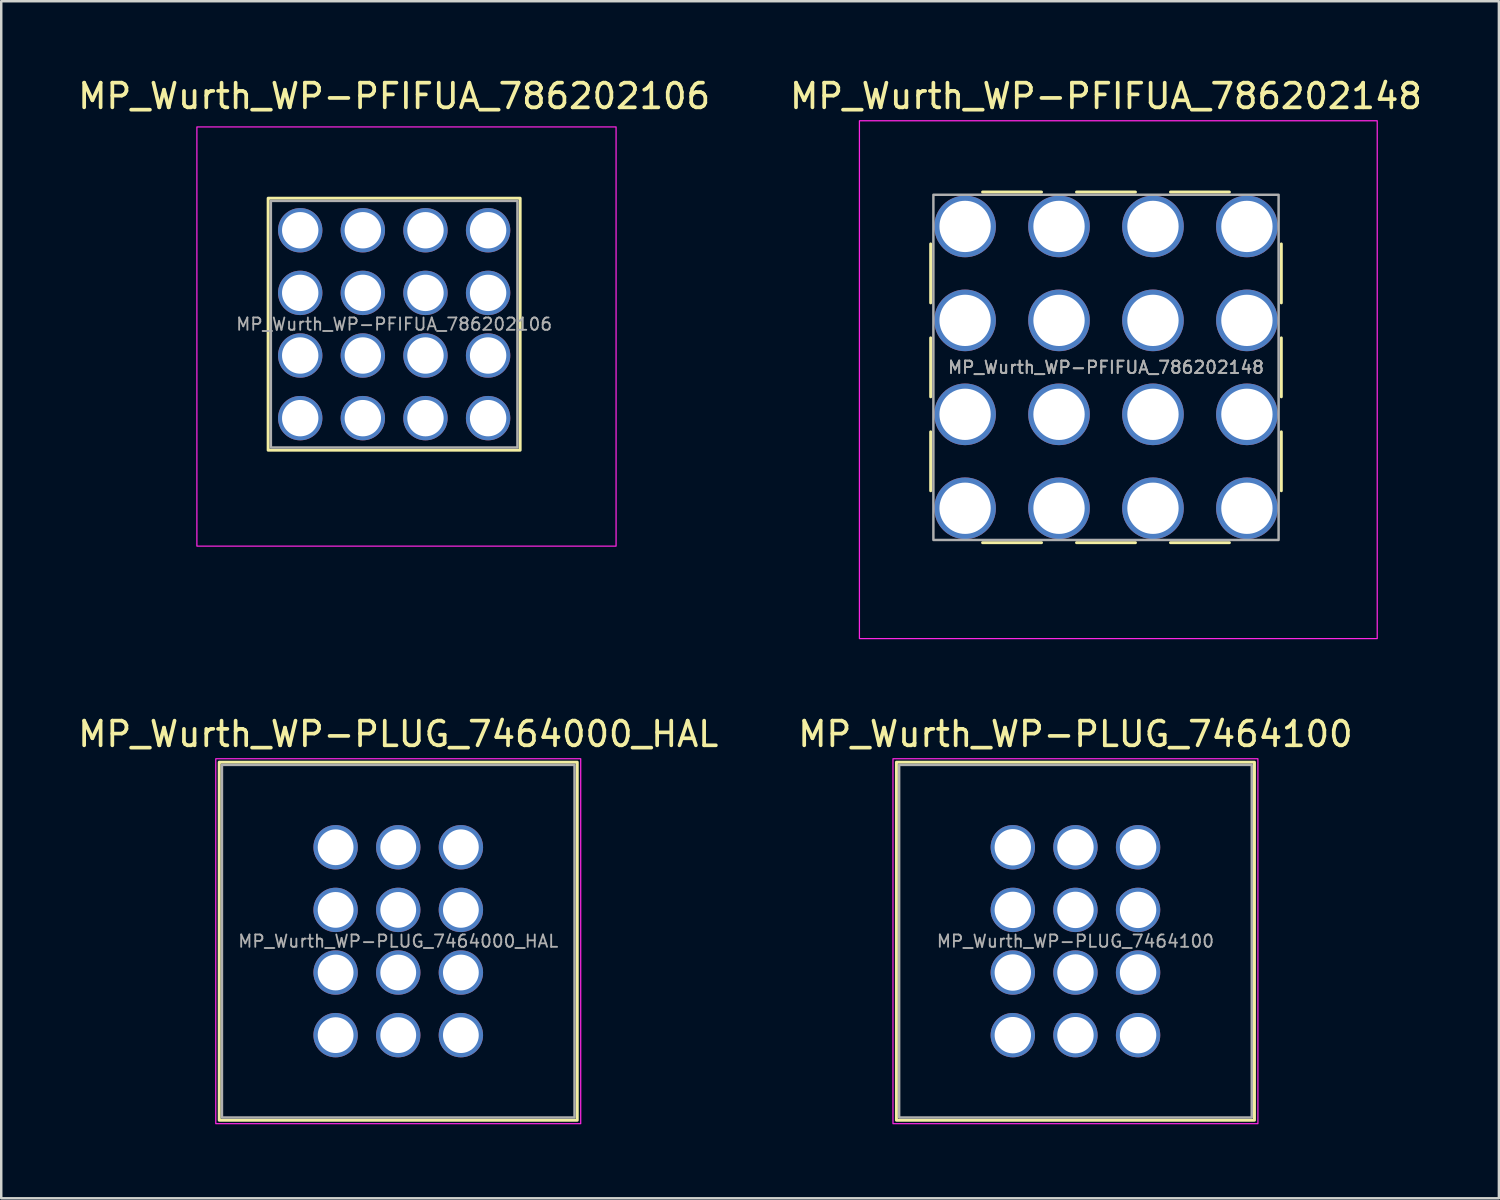
<source format=kicad_pcb>
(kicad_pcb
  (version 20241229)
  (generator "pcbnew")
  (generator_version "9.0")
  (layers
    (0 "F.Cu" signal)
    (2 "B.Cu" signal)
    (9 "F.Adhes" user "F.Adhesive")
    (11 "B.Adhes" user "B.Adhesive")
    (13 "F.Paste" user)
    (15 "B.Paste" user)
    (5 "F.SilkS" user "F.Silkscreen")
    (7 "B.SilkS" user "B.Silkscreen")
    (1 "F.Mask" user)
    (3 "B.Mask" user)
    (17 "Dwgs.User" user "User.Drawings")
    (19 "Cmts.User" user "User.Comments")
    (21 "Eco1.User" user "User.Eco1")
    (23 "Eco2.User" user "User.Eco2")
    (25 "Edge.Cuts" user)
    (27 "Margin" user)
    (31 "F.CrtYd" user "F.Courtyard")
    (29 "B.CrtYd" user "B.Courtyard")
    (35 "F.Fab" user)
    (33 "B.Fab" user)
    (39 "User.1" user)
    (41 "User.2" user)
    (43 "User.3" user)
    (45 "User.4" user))
  (footprint "MP_Wurth_WP-PLUG_7464000_HAL"
    (layer "F.Cu")
    (at 13.101 35.121)
    (property "Reference" "MP_Wurth_WP-PLUG_7464000_HAL" (at 0 -8.4 0) (unlocked yes) (layer "F.SilkS") (effects (font (size 1 1) (thickness 0.15))))
    (attr through_hole)
    (fp_rect (start -7.26 -7.26) (end 7.26 7.26) (stroke (width 0.12) (type solid)) (fill no) (layer "F.SilkS"))
    (fp_rect (start -7.4 -7.4) (end 7.4 7.4) (stroke (width 0.05) (type solid)) (fill no) (layer "F.CrtYd"))
    (fp_rect (start -7.15 -7.15) (end 7.15 7.15) (stroke (width 0.1) (type solid)) (fill no) (layer "F.Fab"))
    (fp_text user "${REFERENCE}" (at 0 0 0) (unlocked yes) (layer "F.Fab") (effects (font (size 0.5 0.5) (thickness 0.075))))
    (pad "1" thru_hole circle (at -2.54 -3.81) (size 1.8 1.8) (drill 1.45) (layers "*.Cu" "*.Mask"))
    (pad "1" thru_hole circle (at -2.54 -1.27) (size 1.8 1.8) (drill 1.45) (layers "*.Cu" "*.Mask"))
    (pad "1" thru_hole circle (at -2.54 1.27) (size 1.8 1.8) (drill 1.45) (layers "*.Cu" "*.Mask"))
    (pad "1" thru_hole circle (at -2.54 3.81) (size 1.8 1.8) (drill 1.45) (layers "*.Cu" "*.Mask"))
    (pad "1" thru_hole circle (at 0 -3.81) (size 1.8 1.8) (drill 1.45) (layers "*.Cu" "*.Mask"))
    (pad "1" thru_hole circle (at 0 -1.27) (size 1.8 1.8) (drill 1.45) (layers "*.Cu" "*.Mask"))
    (pad "1" thru_hole circle (at 0 1.27) (size 1.8 1.8) (drill 1.45) (layers "*.Cu" "*.Mask"))
    (pad "1" thru_hole circle (at 0 3.81) (size 1.8 1.8) (drill 1.45) (layers "*.Cu" "*.Mask"))
    (pad "1" thru_hole circle (at 2.54 -3.81) (size 1.8 1.8) (drill 1.45) (layers "*.Cu" "*.Mask"))
    (pad "1" thru_hole circle (at 2.54 -1.27) (size 1.8 1.8) (drill 1.45) (layers "*.Cu" "*.Mask"))
    (pad "1" thru_hole circle (at 2.54 1.27) (size 1.8 1.8) (drill 1.45) (layers "*.Cu" "*.Mask"))
    (pad "1" thru_hole circle (at 2.54 3.81) (size 1.8 1.8) (drill 1.45) (layers "*.Cu" "*.Mask")))
  (footprint "MP_Wurth_WP-PFIFUA_786202106"
    (layer "F.Cu")
    (at 12.935 10.098)
    (property "Reference" "MP_Wurth_WP-PFIFUA_786202106" (at 0 -9.25 0) (unlocked yes) (layer "F.SilkS") (effects (font (size 1 1) (thickness 0.15))))
    (attr through_hole)
    (fp_rect (start -5.11 -5.11) (end 5.11 5.11) (stroke (width 0.12) (type default)) (fill no) (layer "F.SilkS"))
    (fp_rect (start -8 -8) (end 9 9) (stroke (width 0.05) (type solid)) (fill no) (layer "F.CrtYd"))
    (fp_rect (start -5 -5) (end 5 5) (stroke (width 0.1) (type solid)) (fill no) (layer "F.Fab"))
    (fp_text user "${REFERENCE}" (at 0 0 0) (unlocked yes) (layer "F.Fab") (effects (font (size 0.5 0.5) (thickness 0.075))))
    (pad "1" thru_hole circle (at -3.81 -3.81) (size 1.8 1.8) (drill 1.475) (layers "*.Cu" "*.Mask"))
    (pad "1" thru_hole circle (at -3.81 -1.27) (size 1.8 1.8) (drill 1.475) (layers "*.Cu" "*.Mask"))
    (pad "1" thru_hole circle (at -3.81 1.27) (size 1.8 1.8) (drill 1.475) (layers "*.Cu" "*.Mask"))
    (pad "1" thru_hole circle (at -3.81 3.81) (size 1.8 1.8) (drill 1.475) (layers "*.Cu" "*.Mask"))
    (pad "1" thru_hole circle (at -1.27 -3.81) (size 1.8 1.8) (drill 1.475) (layers "*.Cu" "*.Mask"))
    (pad "1" thru_hole circle (at -1.27 -1.27) (size 1.8 1.8) (drill 1.475) (layers "*.Cu" "*.Mask"))
    (pad "1" thru_hole circle (at -1.27 1.27) (size 1.8 1.8) (drill 1.475) (layers "*.Cu" "*.Mask"))
    (pad "1" thru_hole circle (at -1.27 3.81) (size 1.8 1.8) (drill 1.475) (layers "*.Cu" "*.Mask"))
    (pad "1" thru_hole circle (at 1.27 -3.81) (size 1.8 1.8) (drill 1.475) (layers "*.Cu" "*.Mask"))
    (pad "1" thru_hole circle (at 1.27 -1.27) (size 1.8 1.8) (drill 1.475) (layers "*.Cu" "*.Mask"))
    (pad "1" thru_hole circle (at 1.27 1.27) (size 1.8 1.8) (drill 1.475) (layers "*.Cu" "*.Mask"))
    (pad "1" thru_hole circle (at 1.27 3.81) (size 1.8 1.8) (drill 1.475) (layers "*.Cu" "*.Mask"))
    (pad "1" thru_hole circle (at 3.81 -3.81) (size 1.8 1.8) (drill 1.475) (layers "*.Cu" "*.Mask"))
    (pad "1" thru_hole circle (at 3.81 -1.27) (size 1.8 1.8) (drill 1.475) (layers "*.Cu" "*.Mask"))
    (pad "1" thru_hole circle (at 3.81 1.27) (size 1.8 1.8) (drill 1.475) (layers "*.Cu" "*.Mask"))
    (pad "1" thru_hole circle (at 3.81 3.81) (size 1.8 1.8) (drill 1.475) (layers "*.Cu" "*.Mask")))
  (footprint "MP_Wurth_WP-PFIFUA_786202148"
    (layer "F.Cu")
    (at 41.804 11.848)
    (property "Reference" "MP_Wurth_WP-PFIFUA_786202148" (at 0 -11 0) (unlocked yes) (layer "F.SilkS") (effects (font (size 1 1) (thickness 0.15))))
    (attr through_hole)
    (fp_line (start -7.11 -5.005) (end -7.11 -2.615) (stroke (width 0.12) (type default)) (layer "F.SilkS"))
    (fp_line (start -7.11 -1.195) (end -7.11 1.195) (stroke (width 0.12) (type default)) (layer "F.SilkS"))
    (fp_line (start -7.11 2.615) (end -7.11 5.005) (stroke (width 0.12) (type default)) (layer "F.SilkS"))
    (fp_line (start -5.005 -7.11) (end -2.615 -7.11) (stroke (width 0.12) (type default)) (layer "F.SilkS"))
    (fp_line (start -5.005 7.11) (end -2.615 7.11) (stroke (width 0.12) (type default)) (layer "F.SilkS"))
    (fp_line (start -1.195 -7.11) (end 1.195 -7.11) (stroke (width 0.12) (type default)) (layer "F.SilkS"))
    (fp_line (start -1.195 7.11) (end 1.195 7.11) (stroke (width 0.12) (type default)) (layer "F.SilkS"))
    (fp_line (start 2.615 -7.11) (end 5.005 -7.11) (stroke (width 0.12) (type default)) (layer "F.SilkS"))
    (fp_line (start 2.615 7.11) (end 5.005 7.11) (stroke (width 0.12) (type default)) (layer "F.SilkS"))
    (fp_line (start 7.11 -5.005) (end 7.11 -2.615) (stroke (width 0.12) (type default)) (layer "F.SilkS"))
    (fp_line (start 7.11 -1.195) (end 7.11 1.195) (stroke (width 0.12) (type default)) (layer "F.SilkS"))
    (fp_line (start 7.11 2.615) (end 7.11 5.005) (stroke (width 0.12) (type default)) (layer "F.SilkS"))
    (fp_rect (start -10 -10) (end 11 11) (stroke (width 0.05) (type solid)) (fill no) (layer "F.CrtYd"))
    (fp_rect (start -7 -7) (end 7 7) (stroke (width 0.1) (type solid)) (fill no) (layer "F.Fab"))
    (fp_text user "${REFERENCE}" (at 0 0 0) (unlocked yes) (layer "F.Fab") (effects (font (size 0.5 0.5) (thickness 0.075))))
    (fp_text user "${REFERENCE}" (at 0 0 0) (unlocked yes) (layer "F.Fab") (effects (font (size 0.5 0.5) (thickness 0.075))))
    (pad "1" thru_hole circle (at -5.715 -5.715) (size 2.5 2.5) (drill 2.08) (layers "*.Cu" "*.Mask"))
    (pad "1" thru_hole circle (at -5.715 -1.905) (size 2.5 2.5) (drill 2.08) (layers "*.Cu" "*.Mask"))
    (pad "1" thru_hole circle (at -5.715 1.905) (size 2.5 2.5) (drill 2.08) (layers "*.Cu" "*.Mask"))
    (pad "1" thru_hole circle (at -5.715 5.715) (size 2.5 2.5) (drill 2.08) (layers "*.Cu" "*.Mask"))
    (pad "1" thru_hole circle (at -1.905 -5.715) (size 2.5 2.5) (drill 2.08) (layers "*.Cu" "*.Mask"))
    (pad "1" thru_hole circle (at -1.905 -1.905) (size 2.5 2.5) (drill 2.08) (layers "*.Cu" "*.Mask"))
    (pad "1" thru_hole circle (at -1.905 1.905) (size 2.5 2.5) (drill 2.08) (layers "*.Cu" "*.Mask"))
    (pad "1" thru_hole circle (at -1.905 5.715) (size 2.5 2.5) (drill 2.08) (layers "*.Cu" "*.Mask"))
    (pad "1" thru_hole circle (at 1.905 -5.715) (size 2.5 2.5) (drill 2.08) (layers "*.Cu" "*.Mask"))
    (pad "1" thru_hole circle (at 1.905 -1.905) (size 2.5 2.5) (drill 2.08) (layers "*.Cu" "*.Mask"))
    (pad "1" thru_hole circle (at 1.905 1.905) (size 2.5 2.5) (drill 2.08) (layers "*.Cu" "*.Mask"))
    (pad "1" thru_hole circle (at 1.905 5.715) (size 2.5 2.5) (drill 2.08) (layers "*.Cu" "*.Mask"))
    (pad "1" thru_hole circle (at 5.715 -5.715) (size 2.5 2.5) (drill 2.08) (layers "*.Cu" "*.Mask"))
    (pad "1" thru_hole circle (at 5.715 -1.905) (size 2.5 2.5) (drill 2.08) (layers "*.Cu" "*.Mask"))
    (pad "1" thru_hole circle (at 5.715 1.905) (size 2.5 2.5) (drill 2.08) (layers "*.Cu" "*.Mask"))
    (pad "1" thru_hole circle (at 5.715 5.715) (size 2.5 2.5) (drill 2.08) (layers "*.Cu" "*.Mask")))
  (footprint "MP_Wurth_WP-PLUG_7464100"
    (layer "F.Cu")
    (at 40.565 35.121)
    (property "Reference" "MP_Wurth_WP-PLUG_7464100" (at 0 -8.4 0) (unlocked yes) (layer "F.SilkS") (effects (font (size 1 1) (thickness 0.15))))
    (attr through_hole)
    (fp_rect (start -7.26 -7.26) (end 7.26 7.26) (stroke (width 0.12) (type solid)) (fill no) (layer "F.SilkS"))
    (fp_rect (start -7.4 -7.4) (end 7.4 7.4) (stroke (width 0.05) (type solid)) (fill no) (layer "F.CrtYd"))
    (fp_rect (start -7.15 -7.15) (end 7.15 7.15) (stroke (width 0.1) (type solid)) (fill no) (layer "F.Fab"))
    (fp_text user "${REFERENCE}" (at 0 0 0) (unlocked yes) (layer "F.Fab") (effects (font (size 0.5 0.5) (thickness 0.075))))
    (pad "1" thru_hole circle (at -2.54 -3.81) (size 1.8 1.8) (drill 1.475) (layers "*.Cu" "*.Mask"))
    (pad "1" thru_hole circle (at -2.54 -1.27) (size 1.8 1.8) (drill 1.475) (layers "*.Cu" "*.Mask"))
    (pad "1" thru_hole circle (at -2.54 1.27) (size 1.8 1.8) (drill 1.475) (layers "*.Cu" "*.Mask"))
    (pad "1" thru_hole circle (at -2.54 3.81) (size 1.8 1.8) (drill 1.475) (layers "*.Cu" "*.Mask"))
    (pad "1" thru_hole circle (at 0 -3.81) (size 1.8 1.8) (drill 1.475) (layers "*.Cu" "*.Mask"))
    (pad "1" thru_hole circle (at 0 -1.27) (size 1.8 1.8) (drill 1.475) (layers "*.Cu" "*.Mask"))
    (pad "1" thru_hole circle (at 0 1.27) (size 1.8 1.8) (drill 1.475) (layers "*.Cu" "*.Mask"))
    (pad "1" thru_hole circle (at 0 3.81) (size 1.8 1.8) (drill 1.475) (layers "*.Cu" "*.Mask"))
    (pad "1" thru_hole circle (at 2.54 -3.81) (size 1.8 1.8) (drill 1.475) (layers "*.Cu" "*.Mask"))
    (pad "1" thru_hole circle (at 2.54 -1.27) (size 1.8 1.8) (drill 1.475) (layers "*.Cu" "*.Mask"))
    (pad "1" thru_hole circle (at 2.54 1.27) (size 1.8 1.8) (drill 1.475) (layers "*.Cu" "*.Mask"))
    (pad "1" thru_hole circle (at 2.54 3.81) (size 1.8 1.8) (drill 1.475) (layers "*.Cu" "*.Mask")))
  (gr_rect
    (start -3 -3)
    (end 57.738 45.547)
    (stroke (width 0.1) (type default))
    (fill no)
    (layer "Edge.Cuts")))
</source>
